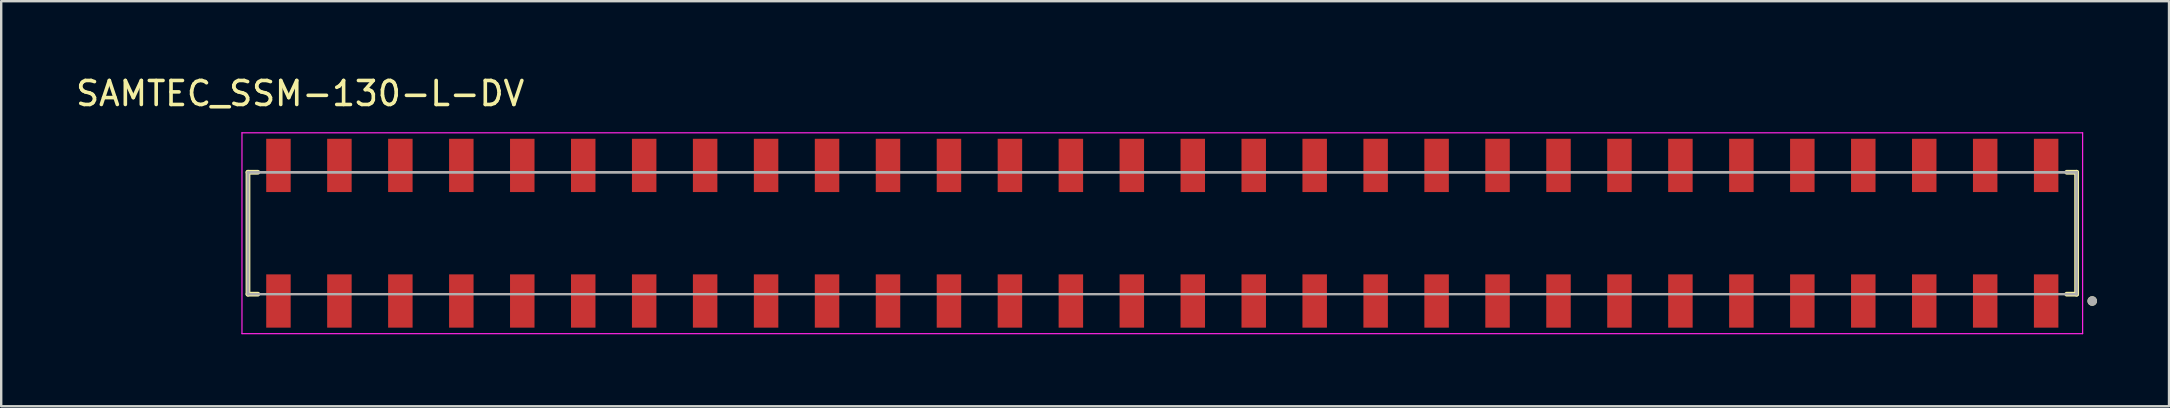
<source format=kicad_pcb>
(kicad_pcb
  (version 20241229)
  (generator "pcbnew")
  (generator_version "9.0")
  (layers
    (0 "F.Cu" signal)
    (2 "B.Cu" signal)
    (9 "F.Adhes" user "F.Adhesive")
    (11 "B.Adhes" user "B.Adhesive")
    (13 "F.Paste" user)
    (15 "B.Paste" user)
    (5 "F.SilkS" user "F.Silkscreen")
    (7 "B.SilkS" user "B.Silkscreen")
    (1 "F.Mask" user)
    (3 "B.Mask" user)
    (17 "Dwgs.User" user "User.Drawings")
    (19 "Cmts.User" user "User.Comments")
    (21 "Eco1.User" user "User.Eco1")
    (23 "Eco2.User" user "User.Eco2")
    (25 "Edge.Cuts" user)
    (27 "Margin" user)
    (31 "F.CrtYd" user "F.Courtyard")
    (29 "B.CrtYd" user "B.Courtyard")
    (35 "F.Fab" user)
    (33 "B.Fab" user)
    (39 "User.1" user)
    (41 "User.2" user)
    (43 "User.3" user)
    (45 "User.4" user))
  (footprint "SAMTEC_SSM-130-L-DV"
    (layer "F.Cu")
    (at 45.383 6.668)
    (property "Reference" "SAMTEC_SSM-130-L-DV" (at -35.925 -5.82 0) (layer "F.SilkS") (effects (font (size 1 1) (thickness 0.15))))
    (attr through_hole)
    (fp_line (start -38.1 -2.54) (end -37.69 -2.54) (stroke (width 0.2) (type solid)) (layer "F.SilkS"))
    (fp_line (start -38.1 2.54) (end -38.1 -2.54) (stroke (width 0.2) (type solid)) (layer "F.SilkS"))
    (fp_line (start -37.69 2.54) (end -38.1 2.54) (stroke (width 0.2) (type solid)) (layer "F.SilkS"))
    (fp_line (start 37.69 -2.54) (end 38.1 -2.54) (stroke (width 0.2) (type solid)) (layer "F.SilkS"))
    (fp_line (start 37.69 2.54) (end 38.1 2.54) (stroke (width 0.2) (type solid)) (layer "F.SilkS"))
    (fp_line (start 38.1 -2.54) (end 38.1 2.54) (stroke (width 0.2) (type solid)) (layer "F.SilkS"))
    (fp_circle (center 38.75 2.825) (end 38.85 2.825) (stroke (width 0.2) (type solid)) (fill no) (layer "F.SilkS"))
    (fp_line (start -38.35 -4.185) (end 38.35 -4.185) (stroke (width 0.05) (type solid)) (layer "F.CrtYd"))
    (fp_line (start -38.35 4.185) (end -38.35 -4.185) (stroke (width 0.05) (type solid)) (layer "F.CrtYd"))
    (fp_line (start 38.35 -4.185) (end 38.35 4.185) (stroke (width 0.05) (type solid)) (layer "F.CrtYd"))
    (fp_line (start 38.35 4.185) (end -38.35 4.185) (stroke (width 0.05) (type solid)) (layer "F.CrtYd"))
    (fp_line (start -38.1 -2.54) (end 38.1 -2.54) (stroke (width 0.1) (type solid)) (layer "F.Fab"))
    (fp_line (start -38.1 -2.54) (end 38.1 -2.54) (stroke (width 0.1) (type solid)) (layer "F.Fab"))
    (fp_line (start -38.1 2.54) (end -38.1 -2.54) (stroke (width 0.1) (type solid)) (layer "F.Fab"))
    (fp_line (start -38.1 2.54) (end -38.1 -2.54) (stroke (width 0.1) (type solid)) (layer "F.Fab"))
    (fp_line (start 38.1 -2.54) (end 38.1 2.54) (stroke (width 0.1) (type solid)) (layer "F.Fab"))
    (fp_line (start 38.1 -2.54) (end 38.1 2.54) (stroke (width 0.1) (type solid)) (layer "F.Fab"))
    (fp_line (start 38.1 2.54) (end -38.1 2.54) (stroke (width 0.1) (type solid)) (layer "F.Fab"))
    (fp_circle (center 38.75 2.825) (end 38.85 2.825) (stroke (width 0.2) (type solid)) (fill no) (layer "F.Fab"))
    (pad "1" smd rect (at 36.83 2.825) (size 1.02 2.22) (layers "F.Cu" "F.Mask" "F.Paste"))
    (pad "2" smd rect (at 36.83 -2.825) (size 1.02 2.22) (layers "F.Cu" "F.Mask" "F.Paste"))
    (pad "3" smd rect (at 34.29 2.825) (size 1.02 2.22) (layers "F.Cu" "F.Mask" "F.Paste"))
    (pad "4" smd rect (at 34.29 -2.825) (size 1.02 2.22) (layers "F.Cu" "F.Mask" "F.Paste"))
    (pad "5" smd rect (at 31.75 2.825) (size 1.02 2.22) (layers "F.Cu" "F.Mask" "F.Paste"))
    (pad "6" smd rect (at 31.75 -2.825) (size 1.02 2.22) (layers "F.Cu" "F.Mask" "F.Paste"))
    (pad "7" smd rect (at 29.21 2.825) (size 1.02 2.22) (layers "F.Cu" "F.Mask" "F.Paste"))
    (pad "8" smd rect (at 29.21 -2.825) (size 1.02 2.22) (layers "F.Cu" "F.Mask" "F.Paste"))
    (pad "9" smd rect (at 26.67 2.825) (size 1.02 2.22) (layers "F.Cu" "F.Mask" "F.Paste"))
    (pad "10" smd rect (at 26.67 -2.825) (size 1.02 2.22) (layers "F.Cu" "F.Mask" "F.Paste"))
    (pad "11" smd rect (at 24.13 2.825) (size 1.02 2.22) (layers "F.Cu" "F.Mask" "F.Paste"))
    (pad "12" smd rect (at 24.13 -2.825) (size 1.02 2.22) (layers "F.Cu" "F.Mask" "F.Paste"))
    (pad "13" smd rect (at 21.59 2.825) (size 1.02 2.22) (layers "F.Cu" "F.Mask" "F.Paste"))
    (pad "14" smd rect (at 21.59 -2.825) (size 1.02 2.22) (layers "F.Cu" "F.Mask" "F.Paste"))
    (pad "15" smd rect (at 19.05 2.825) (size 1.02 2.22) (layers "F.Cu" "F.Mask" "F.Paste"))
    (pad "16" smd rect (at 19.05 -2.825) (size 1.02 2.22) (layers "F.Cu" "F.Mask" "F.Paste"))
    (pad "17" smd rect (at 16.51 2.825) (size 1.02 2.22) (layers "F.Cu" "F.Mask" "F.Paste"))
    (pad "18" smd rect (at 16.51 -2.825) (size 1.02 2.22) (layers "F.Cu" "F.Mask" "F.Paste"))
    (pad "19" smd rect (at 13.97 2.825) (size 1.02 2.22) (layers "F.Cu" "F.Mask" "F.Paste"))
    (pad "20" smd rect (at 13.97 -2.825) (size 1.02 2.22) (layers "F.Cu" "F.Mask" "F.Paste"))
    (pad "21" smd rect (at 11.43 2.825) (size 1.02 2.22) (layers "F.Cu" "F.Mask" "F.Paste"))
    (pad "22" smd rect (at 11.43 -2.825) (size 1.02 2.22) (layers "F.Cu" "F.Mask" "F.Paste"))
    (pad "23" smd rect (at 8.89 2.825) (size 1.02 2.22) (layers "F.Cu" "F.Mask" "F.Paste"))
    (pad "24" smd rect (at 8.89 -2.825) (size 1.02 2.22) (layers "F.Cu" "F.Mask" "F.Paste"))
    (pad "25" smd rect (at 6.35 2.825) (size 1.02 2.22) (layers "F.Cu" "F.Mask" "F.Paste"))
    (pad "26" smd rect (at 6.35 -2.825) (size 1.02 2.22) (layers "F.Cu" "F.Mask" "F.Paste"))
    (pad "27" smd rect (at 3.81 2.825) (size 1.02 2.22) (layers "F.Cu" "F.Mask" "F.Paste"))
    (pad "28" smd rect (at 3.81 -2.825) (size 1.02 2.22) (layers "F.Cu" "F.Mask" "F.Paste"))
    (pad "29" smd rect (at 1.27 2.825) (size 1.02 2.22) (layers "F.Cu" "F.Mask" "F.Paste"))
    (pad "30" smd rect (at 1.27 -2.825) (size 1.02 2.22) (layers "F.Cu" "F.Mask" "F.Paste"))
    (pad "31" smd rect (at -1.27 2.825) (size 1.02 2.22) (layers "F.Cu" "F.Mask" "F.Paste"))
    (pad "32" smd rect (at -1.27 -2.825) (size 1.02 2.22) (layers "F.Cu" "F.Mask" "F.Paste"))
    (pad "33" smd rect (at -3.81 2.825) (size 1.02 2.22) (layers "F.Cu" "F.Mask" "F.Paste"))
    (pad "34" smd rect (at -3.81 -2.825) (size 1.02 2.22) (layers "F.Cu" "F.Mask" "F.Paste"))
    (pad "35" smd rect (at -6.35 2.825) (size 1.02 2.22) (layers "F.Cu" "F.Mask" "F.Paste"))
    (pad "36" smd rect (at -6.35 -2.825) (size 1.02 2.22) (layers "F.Cu" "F.Mask" "F.Paste"))
    (pad "37" smd rect (at -8.89 2.825) (size 1.02 2.22) (layers "F.Cu" "F.Mask" "F.Paste"))
    (pad "38" smd rect (at -8.89 -2.825) (size 1.02 2.22) (layers "F.Cu" "F.Mask" "F.Paste"))
    (pad "39" smd rect (at -11.43 2.825) (size 1.02 2.22) (layers "F.Cu" "F.Mask" "F.Paste"))
    (pad "40" smd rect (at -11.43 -2.825) (size 1.02 2.22) (layers "F.Cu" "F.Mask" "F.Paste"))
    (pad "41" smd rect (at -13.97 2.825) (size 1.02 2.22) (layers "F.Cu" "F.Mask" "F.Paste"))
    (pad "42" smd rect (at -13.97 -2.825) (size 1.02 2.22) (layers "F.Cu" "F.Mask" "F.Paste"))
    (pad "43" smd rect (at -16.51 2.825) (size 1.02 2.22) (layers "F.Cu" "F.Mask" "F.Paste"))
    (pad "44" smd rect (at -16.51 -2.825) (size 1.02 2.22) (layers "F.Cu" "F.Mask" "F.Paste"))
    (pad "45" smd rect (at -19.05 2.825) (size 1.02 2.22) (layers "F.Cu" "F.Mask" "F.Paste"))
    (pad "46" smd rect (at -19.05 -2.825) (size 1.02 2.22) (layers "F.Cu" "F.Mask" "F.Paste"))
    (pad "47" smd rect (at -21.59 2.825) (size 1.02 2.22) (layers "F.Cu" "F.Mask" "F.Paste"))
    (pad "48" smd rect (at -21.59 -2.825) (size 1.02 2.22) (layers "F.Cu" "F.Mask" "F.Paste"))
    (pad "49" smd rect (at -24.13 2.825) (size 1.02 2.22) (layers "F.Cu" "F.Mask" "F.Paste"))
    (pad "50" smd rect (at -24.13 -2.825) (size 1.02 2.22) (layers "F.Cu" "F.Mask" "F.Paste"))
    (pad "51" smd rect (at -26.67 2.825) (size 1.02 2.22) (layers "F.Cu" "F.Mask" "F.Paste"))
    (pad "52" smd rect (at -26.67 -2.825) (size 1.02 2.22) (layers "F.Cu" "F.Mask" "F.Paste"))
    (pad "53" smd rect (at -29.21 2.825) (size 1.02 2.22) (layers "F.Cu" "F.Mask" "F.Paste"))
    (pad "54" smd rect (at -29.21 -2.825) (size 1.02 2.22) (layers "F.Cu" "F.Mask" "F.Paste"))
    (pad "55" smd rect (at -31.75 2.825) (size 1.02 2.22) (layers "F.Cu" "F.Mask" "F.Paste"))
    (pad "56" smd rect (at -31.75 -2.825) (size 1.02 2.22) (layers "F.Cu" "F.Mask" "F.Paste"))
    (pad "57" smd rect (at -34.29 2.825) (size 1.02 2.22) (layers "F.Cu" "F.Mask" "F.Paste"))
    (pad "58" smd rect (at -34.29 -2.825) (size 1.02 2.22) (layers "F.Cu" "F.Mask" "F.Paste"))
    (pad "59" smd rect (at -36.83 2.825) (size 1.02 2.22) (layers "F.Cu" "F.Mask" "F.Paste"))
    (pad "60" smd rect (at -36.83 -2.825) (size 1.02 2.22) (layers "F.Cu" "F.Mask" "F.Paste")))
  (gr_rect
    (start -3 -3)
    (end 87.333 13.878)
    (stroke (width 0.1) (type default))
    (fill no)
    (layer "Edge.Cuts")))
</source>
